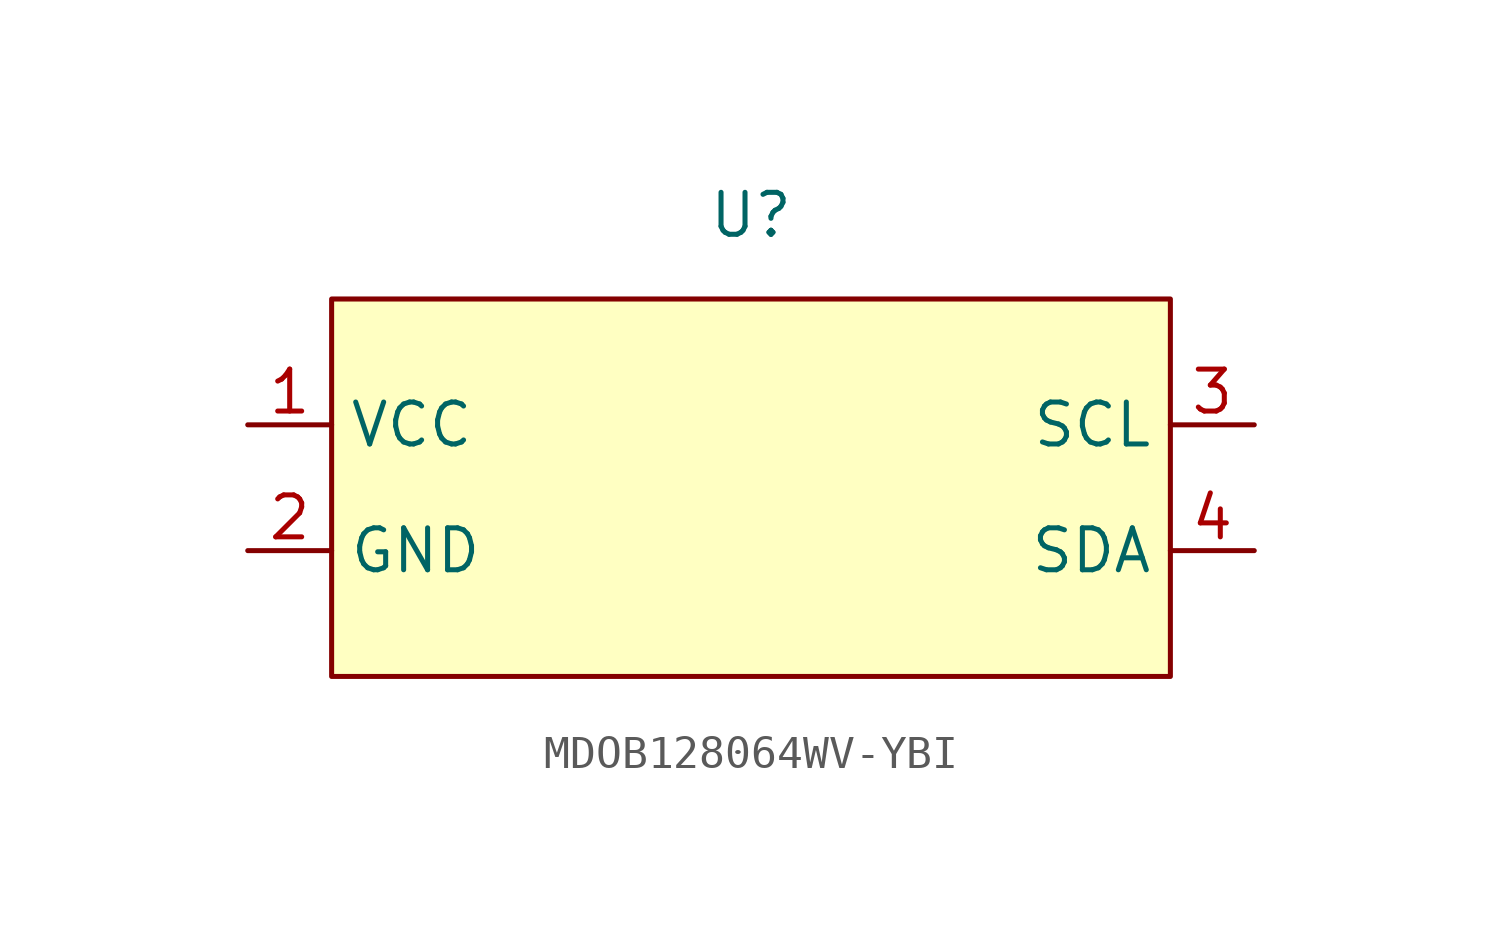
<source format=kicad_sym>
(kicad_symbol_lib
  (version 20220914)
  (generator kicad_symbol_editor)
  (symbol "MDOB128064WV-YBI"
    (property "Reference" "U"
      (at 12.7 6.35 0)
      (effects (font (size 1.27 1.27))))
    (property "Value" ""
      (at 0 0 0)
      (effects (font (size 1.27 1.27))))
    (symbol "MDOB128064WV-YBI_1_1"
      (rectangle (start 0 3.81) (end 25.4 -7.62) (stroke (width 0) (type default)) (fill (type background)))
      (pin power_in line (at -2.54 0 0) (length 2.54) (name "VCC" (effects (font (size 1.27 1.27)))) (number "1" (effects (font (size 1.27 1.27)))))
      (pin power_in line (at -2.54 -3.81 0) (length 2.54) (name "GND" (effects (font (size 1.27 1.27)))) (number "2" (effects (font (size 1.27 1.27)))))
      (pin input line (at 27.94 0 180) (length 2.54) (name "SCL" (effects (font (size 1.27 1.27)))) (number "3" (effects (font (size 1.27 1.27)))))
      (pin input line (at 27.94 -3.81 180) (length 2.54) (name "SDA" (effects (font (size 1.27 1.27)))) (number "4" (effects (font (size 1.27 1.27))))))))
</source>
